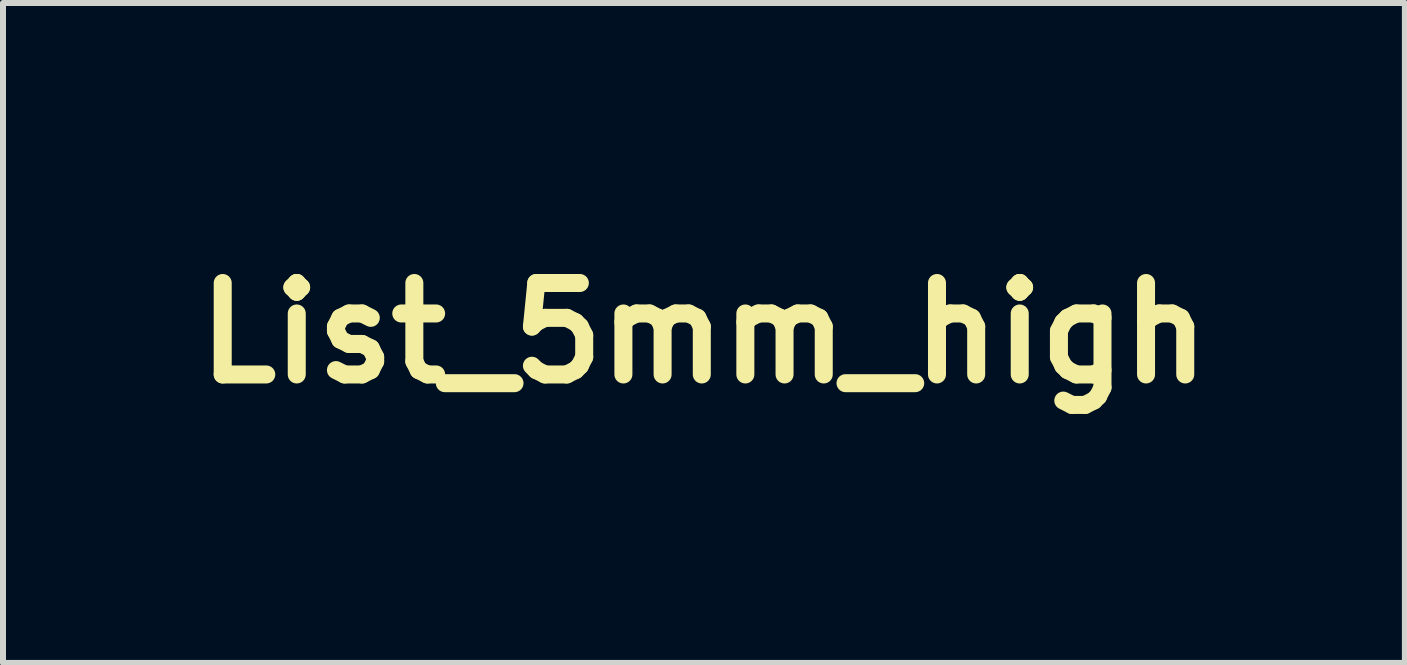
<source format=kicad_pcb>
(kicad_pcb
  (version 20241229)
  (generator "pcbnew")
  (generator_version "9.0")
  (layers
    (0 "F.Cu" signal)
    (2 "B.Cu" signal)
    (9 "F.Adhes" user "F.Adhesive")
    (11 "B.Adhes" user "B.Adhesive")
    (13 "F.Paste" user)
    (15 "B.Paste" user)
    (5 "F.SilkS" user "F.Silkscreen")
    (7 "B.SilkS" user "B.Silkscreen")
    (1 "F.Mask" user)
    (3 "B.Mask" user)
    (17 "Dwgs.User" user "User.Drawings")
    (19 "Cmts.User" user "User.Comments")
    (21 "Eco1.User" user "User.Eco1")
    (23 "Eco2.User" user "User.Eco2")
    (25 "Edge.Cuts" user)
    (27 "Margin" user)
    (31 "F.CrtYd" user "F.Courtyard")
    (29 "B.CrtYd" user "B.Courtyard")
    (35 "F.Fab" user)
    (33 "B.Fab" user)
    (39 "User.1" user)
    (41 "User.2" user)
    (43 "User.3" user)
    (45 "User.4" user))
  (footprint "List_5mm_high"
    (layer "F.Cu")
    (at 8.68 2.5)
    (property "Reference" "List_5mm_high" (at 0 0 0) (layer "F.SilkS") (effects (font (size 1.524 1.524) (thickness 0.3))))
    (attr board_only exclude_from_pos_files exclude_from_bom)
    (fp_poly (pts (xy -0.617 -2.49) (xy -0.506 -2.461) (xy -0.407 -2.414) (xy -0.321 -2.352) (xy -0.251 -2.276) (xy -0.2 -2.189) (xy -0.171 -2.092) (xy -0.168 -2.072) (xy -0.164 -1.955) (xy -0.184 -1.844) (xy -0.225 -1.743) (xy -0.288 -1.654) (xy -0.369 -1.577) (xy -0.468 -1.516) (xy -0.584 -1.471) (xy -0.602 -1.467) (xy -0.674 -1.454) (xy -0.759 -1.449) (xy -0.846 -1.451) (xy -0.925 -1.459) (xy -0.963 -1.467) (xy -1.071 -1.508) (xy -1.168 -1.569) (xy -1.248 -1.646) (xy -1.31 -1.737) (xy -1.316 -1.748) (xy -1.332 -1.784) (xy -1.343 -1.816) (xy -1.349 -1.852) (xy -1.351 -1.898) (xy -1.352 -1.955) (xy -1.351 -2.017) (xy -1.348 -2.062) (xy -1.342 -2.097) (xy -1.33 -2.131) (xy -1.313 -2.171) (xy -1.253 -2.269) (xy -1.174 -2.352) (xy -1.078 -2.417) (xy -0.968 -2.465) (xy -0.846 -2.493) (xy -0.736 -2.5)) (stroke (width 0) (type solid)) (fill yes) (layer "F.Mask"))
    (fp_poly (pts (xy -0.824 -0.926) (xy -0.708 -0.926) (xy -0.615 -0.925) (xy -0.543 -0.923) (xy -0.492 -0.92) (xy -0.46 -0.917) (xy -0.445 -0.914) (xy -0.444 -0.912) (xy -0.447 -0.898) (xy -0.454 -0.861) (xy -0.466 -0.802) (xy -0.483 -0.724) (xy -0.502 -0.629) (xy -0.526 -0.517) (xy -0.552 -0.391) (xy -0.581 -0.253) (xy -0.613 -0.105) (xy -0.646 0.053) (xy -0.68 0.214) (xy -0.724 0.42) (xy -0.762 0.602) (xy -0.796 0.763) (xy -0.825 0.904) (xy -0.849 1.025) (xy -0.87 1.13) (xy -0.886 1.219) (xy -0.899 1.293) (xy -0.909 1.355) (xy -0.915 1.406) (xy -0.918 1.448) (xy -0.919 1.481) (xy -0.917 1.508) (xy -0.913 1.53) (xy -0.907 1.548) (xy -0.9 1.564) (xy -0.895 1.573) (xy -0.854 1.618) (xy -0.794 1.651) (xy -0.717 1.67) (xy -0.628 1.676) (xy -0.529 1.667) (xy -0.456 1.651) (xy -0.408 1.64) (xy -0.37 1.633) (xy -0.348 1.63) (xy -0.345 1.631) (xy -0.346 1.645) (xy -0.351 1.679) (xy -0.361 1.731) (xy -0.374 1.797) (xy -0.389 1.873) (xy -0.406 1.954) (xy -0.423 2.038) (xy -0.441 2.121) (xy -0.458 2.199) (xy -0.474 2.268) (xy -0.487 2.325) (xy -0.497 2.366) (xy -0.504 2.387) (xy -0.505 2.388) (xy -0.522 2.396) (xy -0.56 2.406) (xy -0.613 2.417) (xy -0.678 2.43) (xy -0.748 2.443) (xy -0.82 2.455) (xy -0.889 2.466) (xy -0.949 2.473) (xy -0.963 2.475) (xy -1.133 2.486) (xy -1.283 2.482) (xy -1.352 2.474) (xy -1.467 2.449) (xy -1.58 2.407) (xy -1.683 2.352) (xy -1.77 2.288) (xy -1.798 2.261) (xy -1.864 2.181) (xy -1.915 2.093) (xy -1.951 1.994) (xy -1.973 1.881) (xy -1.983 1.75) (xy -1.984 1.695) (xy -1.983 1.623) (xy -1.979 1.55) (xy -1.973 1.475) (xy -1.963 1.392) (xy -1.95 1.301) (xy -1.932 1.197) (xy -1.91 1.077) (xy -1.883 0.94) (xy -1.85 0.782) (xy -1.84 0.736) (xy -1.79 0.499) (xy -1.745 0.286) (xy -1.705 0.095) (xy -1.669 -0.074) (xy -1.638 -0.224) (xy -1.61 -0.354) (xy -1.586 -0.467) (xy -1.565 -0.563) (xy -1.548 -0.645) (xy -1.534 -0.711) (xy -1.522 -0.765) (xy -1.513 -0.808) (xy -1.506 -0.839) (xy -1.501 -0.862) (xy -1.497 -0.876) (xy -1.497 -0.879) (xy -1.484 -0.927) (xy -0.964 -0.927)) (stroke (width 0) (type solid)) (fill yes) (layer "F.Mask"))
    (fp_poly (pts (xy -3.872 -2.259) (xy -3.767 -2.259) (xy -3.673 -2.258) (xy -3.592 -2.256) (xy -3.527 -2.255) (xy -3.481 -2.253) (xy -3.456 -2.251) (xy -3.453 -2.249) (xy -3.455 -2.236) (xy -3.463 -2.199) (xy -3.475 -2.14) (xy -3.492 -2.061) (xy -3.513 -1.962) (xy -3.537 -1.844) (xy -3.566 -1.711) (xy -3.597 -1.562) (xy -3.632 -1.398) (xy -3.669 -1.223) (xy -3.708 -1.036) (xy -3.75 -0.839) (xy -3.794 -0.634) (xy -3.839 -0.421) (xy -3.853 -0.356) (xy -3.898 -0.141) (xy -3.942 0.066) (xy -3.984 0.266) (xy -4.025 0.456) (xy -4.063 0.635) (xy -4.098 0.802) (xy -4.13 0.956) (xy -4.16 1.094) (xy -4.185 1.217) (xy -4.207 1.321) (xy -4.225 1.407) (xy -4.239 1.472) (xy -4.248 1.516) (xy -4.252 1.537) (xy -4.252 1.538) (xy -4.24 1.54) (xy -4.204 1.542) (xy -4.147 1.543) (xy -4.071 1.545) (xy -3.978 1.546) (xy -3.87 1.547) (xy -3.749 1.548) (xy -3.616 1.548) (xy -3.476 1.549) (xy -3.396 1.549) (xy -3.227 1.549) (xy -3.081 1.549) (xy -2.958 1.549) (xy -2.854 1.55) (xy -2.769 1.55) (xy -2.701 1.551) (xy -2.647 1.553) (xy -2.607 1.554) (xy -2.578 1.556) (xy -2.558 1.559) (xy -2.546 1.562) (xy -2.54 1.565) (xy -2.539 1.569) (xy -2.539 1.569) (xy -2.541 1.586) (xy -2.548 1.623) (xy -2.559 1.679) (xy -2.573 1.748) (xy -2.589 1.827) (xy -2.607 1.913) (xy -2.625 2.002) (xy -2.644 2.09) (xy -2.661 2.174) (xy -2.678 2.251) (xy -2.691 2.315) (xy -2.702 2.365) (xy -2.71 2.396) (xy -2.711 2.402) (xy -2.713 2.406) (xy -2.718 2.409) (xy -2.728 2.412) (xy -2.742 2.414) (xy -2.764 2.416) (xy -2.795 2.418) (xy -2.835 2.419) (xy -2.886 2.421) (xy -2.951 2.422) (xy -3.029 2.423) (xy -3.122 2.423) (xy -3.233 2.424) (xy -3.361 2.424) (xy -3.51 2.424) (xy -3.679 2.424) (xy -3.871 2.424) (xy -4.086 2.424) (xy -4.114 2.424) (xy -4.3 2.424) (xy -4.478 2.424) (xy -4.648 2.424) (xy -4.807 2.423) (xy -4.954 2.423) (xy -5.088 2.422) (xy -5.206 2.422) (xy -5.307 2.421) (xy -5.389 2.42) (xy -5.451 2.419) (xy -5.492 2.418) (xy -5.509 2.417) (xy -5.509 2.417) (xy -5.506 2.404) (xy -5.499 2.367) (xy -5.486 2.308) (xy -5.47 2.228) (xy -5.448 2.128) (xy -5.423 2.009) (xy -5.394 1.873) (xy -5.362 1.72) (xy -5.326 1.552) (xy -5.288 1.371) (xy -5.247 1.176) (xy -5.203 0.971) (xy -5.157 0.755) (xy -5.109 0.53) (xy -5.06 0.297) (xy -5.014 0.081) (xy -4.963 -0.157) (xy -4.914 -0.389) (xy -4.866 -0.613) (xy -4.821 -0.828) (xy -4.777 -1.033) (xy -4.736 -1.226) (xy -4.698 -1.406) (xy -4.663 -1.572) (xy -4.631 -1.723) (xy -4.602 -1.858) (xy -4.577 -1.975) (xy -4.557 -2.073) (xy -4.54 -2.151) (xy -4.528 -2.208) (xy -4.521 -2.243) (xy -4.519 -2.253) (xy -4.507 -2.255) (xy -4.472 -2.256) (xy -4.416 -2.257) (xy -4.344 -2.258) (xy -4.256 -2.259) (xy -4.156 -2.259) (xy -4.047 -2.259) (xy -3.986 -2.259)) (stroke (width 0) (type solid)) (fill yes) (layer "F.Mask"))
    (fp_poly (pts (xy 1.764 -0.996) (xy 1.905 -0.995) (xy 2.027 -0.991) (xy 2.135 -0.983) (xy 2.237 -0.971) (xy 2.338 -0.954) (xy 2.443 -0.932) (xy 2.539 -0.909) (xy 2.604 -0.892) (xy 2.649 -0.879) (xy 2.677 -0.869) (xy 2.691 -0.859) (xy 2.695 -0.849) (xy 2.695 -0.844) (xy 2.691 -0.814) (xy 2.683 -0.766) (xy 2.671 -0.704) (xy 2.656 -0.631) (xy 2.64 -0.551) (xy 2.622 -0.467) (xy 2.604 -0.384) (xy 2.586 -0.305) (xy 2.57 -0.233) (xy 2.555 -0.173) (xy 2.544 -0.127) (xy 2.536 -0.1) (xy 2.532 -0.094) (xy 2.342 -0.171) (xy 2.163 -0.229) (xy 1.996 -0.268) (xy 1.841 -0.288) (xy 1.701 -0.288) (xy 1.586 -0.272) (xy 1.495 -0.241) (xy 1.423 -0.193) (xy 1.369 -0.128) (xy 1.361 -0.114) (xy 1.345 -0.078) (xy 1.336 -0.044) (xy 1.334 -0.000342) (xy 1.335 0.034) (xy 1.34 0.088) (xy 1.348 0.126) (xy 1.364 0.159) (xy 1.378 0.179) (xy 1.409 0.216) (xy 1.454 0.256) (xy 1.516 0.3) (xy 1.596 0.349) (xy 1.695 0.406) (xy 1.785 0.454) (xy 1.888 0.51) (xy 1.973 0.558) (xy 2.043 0.601) (xy 2.102 0.643) (xy 2.156 0.687) (xy 2.208 0.735) (xy 2.236 0.762) (xy 2.326 0.868) (xy 2.394 0.983) (xy 2.441 1.109) (xy 2.467 1.248) (xy 2.473 1.401) (xy 2.471 1.434) (xy 2.463 1.539) (xy 2.449 1.628) (xy 2.426 1.71) (xy 2.392 1.795) (xy 2.374 1.834) (xy 2.297 1.965) (xy 2.198 2.083) (xy 2.078 2.188) (xy 1.937 2.279) (xy 1.776 2.357) (xy 1.663 2.398) (xy 1.553 2.432) (xy 1.44 2.457) (xy 1.322 2.475) (xy 1.19 2.487) (xy 1.042 2.493) (xy 0.99 2.494) (xy 0.908 2.495) (xy 0.831 2.495) (xy 0.765 2.495) (xy 0.713 2.494) (xy 0.682 2.493) (xy 0.679 2.493) (xy 0.567 2.479) (xy 0.449 2.462) (xy 0.332 2.442) (xy 0.22 2.42) (xy 0.117 2.397) (xy 0.028 2.374) (xy -0.042 2.352) (xy -0.067 2.342) (xy -0.1 2.325) (xy -0.11 2.308) (xy -0.109 2.3) (xy -0.105 2.283) (xy -0.097 2.243) (xy -0.086 2.186) (xy -0.071 2.113) (xy -0.055 2.029) (xy -0.037 1.937) (xy -0.032 1.909) (xy 0.04 1.54) (xy 0.198 1.608) (xy 0.369 1.675) (xy 0.538 1.727) (xy 0.702 1.765) (xy 0.859 1.788) (xy 1.004 1.795) (xy 1.137 1.787) (xy 1.253 1.763) (xy 1.269 1.758) (xy 1.348 1.72) (xy 1.41 1.666) (xy 1.452 1.597) (xy 1.473 1.517) (xy 1.475 1.483) (xy 1.47 1.423) (xy 1.455 1.368) (xy 1.428 1.317) (xy 1.385 1.268) (xy 1.326 1.219) (xy 1.248 1.167) (xy 1.15 1.111) (xy 1.073 1.07) (xy 0.947 1.004) (xy 0.841 0.943) (xy 0.752 0.887) (xy 0.676 0.833) (xy 0.609 0.777) (xy 0.549 0.719) (xy 0.541 0.71) (xy 0.449 0.595) (xy 0.38 0.469) (xy 0.333 0.333) (xy 0.31 0.19) (xy 0.31 0.04) (xy 0.333 -0.115) (xy 0.367 -0.237) (xy 0.405 -0.335) (xy 0.451 -0.421) (xy 0.51 -0.503) (xy 0.584 -0.588) (xy 0.705 -0.7) (xy 0.843 -0.794) (xy 0.998 -0.872) (xy 1.172 -0.933) (xy 1.339 -0.974) (xy 1.383 -0.981) (xy 1.431 -0.987) (xy 1.485 -0.991) (xy 1.552 -0.994) (xy 1.634 -0.996) (xy 1.737 -0.996)) (stroke (width 0) (type solid)) (fill yes) (layer "F.Mask"))
    (fp_poly (pts (xy 4.934 -1.956) (xy 4.932 -1.931) (xy 4.926 -1.889) (xy 4.916 -1.828) (xy 4.9 -1.746) (xy 4.879 -1.643) (xy 4.853 -1.517) (xy 4.841 -1.46) (xy 4.818 -1.35) (xy 4.797 -1.248) (xy 4.778 -1.156) (xy 4.762 -1.077) (xy 4.749 -1.014) (xy 4.74 -0.969) (xy 4.736 -0.945) (xy 4.735 -0.943) (xy 4.741 -0.938) (xy 4.758 -0.934) (xy 4.79 -0.931) (xy 4.838 -0.929) (xy 4.904 -0.928) (xy 4.992 -0.927) (xy 5.102 -0.927) (xy 5.128 -0.927) (xy 5.225 -0.926) (xy 5.314 -0.926) (xy 5.39 -0.925) (xy 5.452 -0.925) (xy 5.496 -0.923) (xy 5.519 -0.922) (xy 5.522 -0.922) (xy 5.519 -0.908) (xy 5.511 -0.874) (xy 5.499 -0.822) (xy 5.484 -0.757) (xy 5.467 -0.683) (xy 5.448 -0.602) (xy 5.428 -0.519) (xy 5.409 -0.438) (xy 5.391 -0.362) (xy 5.375 -0.295) (xy 5.363 -0.242) (xy 5.353 -0.204) (xy 5.349 -0.187) (xy 5.346 -0.181) (xy 5.337 -0.176) (xy 5.321 -0.172) (xy 5.295 -0.169) (xy 5.257 -0.167) (xy 5.203 -0.165) (xy 5.131 -0.164) (xy 5.038 -0.163) (xy 4.953 -0.162) (xy 4.563 -0.159) (xy 4.427 0.476) (xy 4.388 0.658) (xy 4.355 0.817) (xy 4.326 0.955) (xy 4.302 1.073) (xy 4.283 1.173) (xy 4.268 1.257) (xy 4.257 1.326) (xy 4.249 1.382) (xy 4.244 1.427) (xy 4.242 1.462) (xy 4.243 1.489) (xy 4.245 1.499) (xy 4.263 1.568) (xy 4.296 1.62) (xy 4.347 1.658) (xy 4.419 1.683) (xy 4.446 1.689) (xy 4.508 1.693) (xy 4.59 1.687) (xy 4.685 1.671) (xy 4.791 1.646) (xy 4.847 1.63) (xy 4.895 1.616) (xy 4.933 1.606) (xy 4.954 1.602) (xy 4.957 1.602) (xy 4.955 1.615) (xy 4.949 1.649) (xy 4.939 1.703) (xy 4.925 1.772) (xy 4.908 1.853) (xy 4.89 1.944) (xy 4.882 1.98) (xy 4.86 2.088) (xy 4.842 2.175) (xy 4.826 2.242) (xy 4.812 2.293) (xy 4.797 2.33) (xy 4.78 2.357) (xy 4.759 2.375) (xy 4.732 2.388) (xy 4.698 2.398) (xy 4.655 2.408) (xy 4.615 2.418) (xy 4.481 2.448) (xy 4.339 2.47) (xy 4.198 2.486) (xy 4.062 2.493) (xy 3.94 2.492) (xy 3.878 2.487) (xy 3.73 2.461) (xy 3.599 2.416) (xy 3.484 2.353) (xy 3.387 2.273) (xy 3.308 2.176) (xy 3.249 2.062) (xy 3.218 1.973) (xy 3.205 1.907) (xy 3.195 1.823) (xy 3.19 1.729) (xy 3.189 1.631) (xy 3.192 1.539) (xy 3.197 1.483) (xy 3.201 1.455) (xy 3.21 1.406) (xy 3.223 1.336) (xy 3.24 1.251) (xy 3.259 1.151) (xy 3.281 1.04) (xy 3.305 0.921) (xy 3.33 0.797) (xy 3.356 0.669) (xy 3.382 0.542) (xy 3.407 0.417) (xy 3.432 0.298) (xy 3.455 0.187) (xy 3.475 0.087) (xy 3.494 0.001) (xy 3.509 -0.068) (xy 3.52 -0.119) (xy 3.524 -0.136) (xy 3.532 -0.165) (xy 3.276 -0.165) (xy 3.185 -0.165) (xy 3.117 -0.167) (xy 3.069 -0.169) (xy 3.039 -0.172) (xy 3.024 -0.177) (xy 3.021 -0.181) (xy 3.024 -0.197) (xy 3.032 -0.234) (xy 3.045 -0.29) (xy 3.061 -0.361) (xy 3.081 -0.443) (xy 3.102 -0.534) (xy 3.108 -0.559) (xy 3.195 -0.92) (xy 3.689 -0.927) (xy 3.774 -1.316) (xy 3.795 -1.411) (xy 3.814 -1.499) (xy 3.831 -1.575) (xy 3.845 -1.636) (xy 3.855 -1.68) (xy 3.861 -1.704) (xy 3.862 -1.708) (xy 3.876 -1.712) (xy 3.911 -1.722) (xy 3.965 -1.735) (xy 4.034 -1.753) (xy 4.116 -1.773) (xy 4.206 -1.795) (xy 4.303 -1.819) (xy 4.403 -1.843) (xy 4.502 -1.866) (xy 4.598 -1.889) (xy 4.688 -1.911) (xy 4.768 -1.929) (xy 4.836 -1.945) (xy 4.887 -1.956) (xy 4.92 -1.963) (xy 4.931 -1.965)) (stroke (width 0) (type solid)) (fill yes) (layer "F.Mask")))
  (gr_rect
    (start -3 -3)
    (end 20.359 7.996)
    (stroke (width 0.1) (type default))
    (fill no)
    (layer "Edge.Cuts")))
</source>
